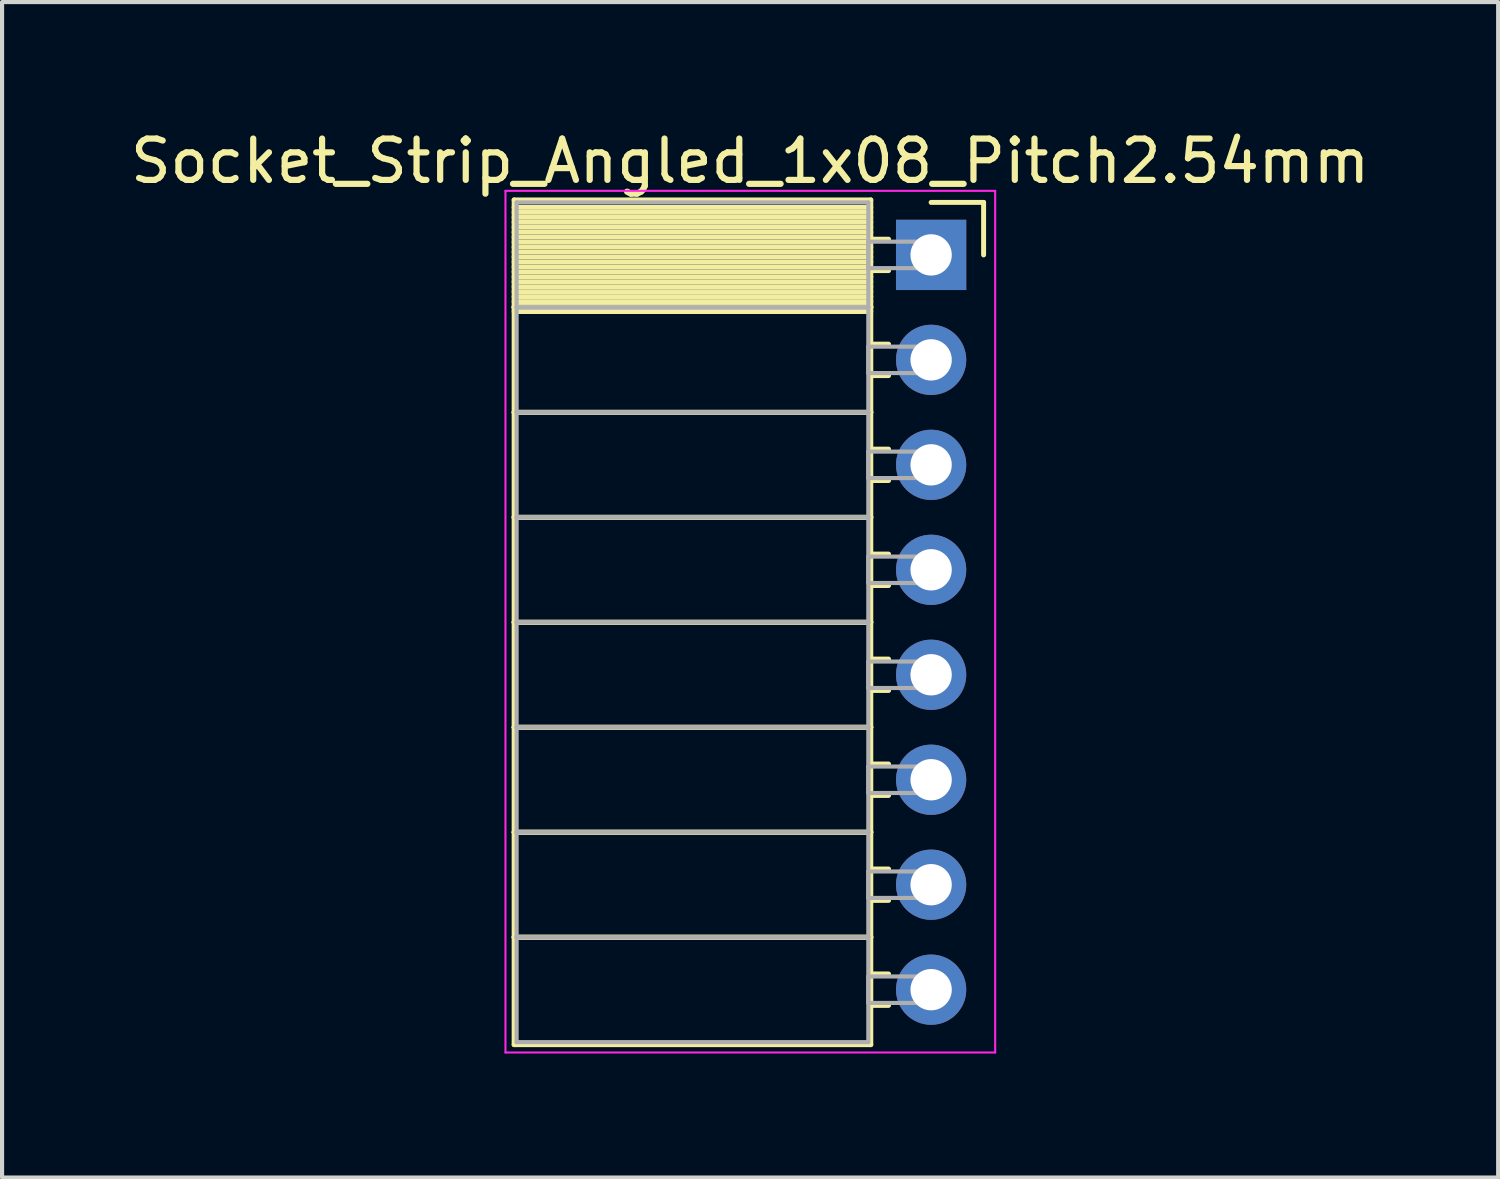
<source format=kicad_pcb>
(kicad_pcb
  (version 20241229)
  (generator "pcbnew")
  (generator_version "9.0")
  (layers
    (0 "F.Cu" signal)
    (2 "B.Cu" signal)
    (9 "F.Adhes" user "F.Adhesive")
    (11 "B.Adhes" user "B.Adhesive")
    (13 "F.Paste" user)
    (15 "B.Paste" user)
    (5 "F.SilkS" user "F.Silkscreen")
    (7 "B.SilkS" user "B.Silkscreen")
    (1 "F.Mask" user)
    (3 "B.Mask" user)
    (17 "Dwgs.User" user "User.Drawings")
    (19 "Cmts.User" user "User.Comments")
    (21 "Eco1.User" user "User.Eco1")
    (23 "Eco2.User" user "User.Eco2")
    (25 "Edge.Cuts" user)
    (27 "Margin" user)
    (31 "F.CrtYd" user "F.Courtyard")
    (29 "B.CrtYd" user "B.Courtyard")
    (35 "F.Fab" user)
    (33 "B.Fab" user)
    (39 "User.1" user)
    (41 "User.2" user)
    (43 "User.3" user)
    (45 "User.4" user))
  (footprint "Socket_Strip_Angled_1x08_Pitch2.54mm"
    (layer "F.Cu")
    (at 19.481 3.118)
    (property "Reference" "Socket_Strip_Angled_1x08_Pitch2.54mm" (at -4.38 -2.27 0) (layer "F.SilkS") (effects (font (size 1 1) (thickness 0.15))))
    (attr through_hole)
    (fp_line (start -10.09 -1.33) (end -1.46 -1.33) (stroke (width 0.12) (type solid)) (layer "F.SilkS"))
    (fp_line (start -10.09 1.27) (end -10.09 -1.33) (stroke (width 0.12) (type solid)) (layer "F.SilkS"))
    (fp_line (start -10.09 1.27) (end -1.46 1.27) (stroke (width 0.12) (type solid)) (layer "F.SilkS"))
    (fp_line (start -10.09 3.81) (end -10.09 1.27) (stroke (width 0.12) (type solid)) (layer "F.SilkS"))
    (fp_line (start -10.09 3.81) (end -1.46 3.81) (stroke (width 0.12) (type solid)) (layer "F.SilkS"))
    (fp_line (start -10.09 6.35) (end -10.09 3.81) (stroke (width 0.12) (type solid)) (layer "F.SilkS"))
    (fp_line (start -10.09 6.35) (end -1.46 6.35) (stroke (width 0.12) (type solid)) (layer "F.SilkS"))
    (fp_line (start -10.09 8.89) (end -10.09 6.35) (stroke (width 0.12) (type solid)) (layer "F.SilkS"))
    (fp_line (start -10.09 8.89) (end -1.46 8.89) (stroke (width 0.12) (type solid)) (layer "F.SilkS"))
    (fp_line (start -10.09 11.43) (end -10.09 8.89) (stroke (width 0.12) (type solid)) (layer "F.SilkS"))
    (fp_line (start -10.09 11.43) (end -1.46 11.43) (stroke (width 0.12) (type solid)) (layer "F.SilkS"))
    (fp_line (start -10.09 13.97) (end -10.09 11.43) (stroke (width 0.12) (type solid)) (layer "F.SilkS"))
    (fp_line (start -10.09 13.97) (end -1.46 13.97) (stroke (width 0.12) (type solid)) (layer "F.SilkS"))
    (fp_line (start -10.09 16.51) (end -10.09 13.97) (stroke (width 0.12) (type solid)) (layer "F.SilkS"))
    (fp_line (start -10.09 16.51) (end -1.46 16.51) (stroke (width 0.12) (type solid)) (layer "F.SilkS"))
    (fp_line (start -10.09 19.11) (end -10.09 16.51) (stroke (width 0.12) (type solid)) (layer "F.SilkS"))
    (fp_line (start -1.46 -1.33) (end -1.46 1.27) (stroke (width 0.12) (type solid)) (layer "F.SilkS"))
    (fp_line (start -1.46 -1.15) (end -10.09 -1.15) (stroke (width 0.12) (type solid)) (layer "F.SilkS"))
    (fp_line (start -1.46 -1.03) (end -10.09 -1.03) (stroke (width 0.12) (type solid)) (layer "F.SilkS"))
    (fp_line (start -1.46 -0.91) (end -10.09 -0.91) (stroke (width 0.12) (type solid)) (layer "F.SilkS"))
    (fp_line (start -1.46 -0.79) (end -10.09 -0.79) (stroke (width 0.12) (type solid)) (layer "F.SilkS"))
    (fp_line (start -1.46 -0.67) (end -10.09 -0.67) (stroke (width 0.12) (type solid)) (layer "F.SilkS"))
    (fp_line (start -1.46 -0.55) (end -10.09 -0.55) (stroke (width 0.12) (type solid)) (layer "F.SilkS"))
    (fp_line (start -1.46 -0.43) (end -10.09 -0.43) (stroke (width 0.12) (type solid)) (layer "F.SilkS"))
    (fp_line (start -1.46 -0.31) (end -10.09 -0.31) (stroke (width 0.12) (type solid)) (layer "F.SilkS"))
    (fp_line (start -1.46 -0.19) (end -10.09 -0.19) (stroke (width 0.12) (type solid)) (layer "F.SilkS"))
    (fp_line (start -1.46 -0.07) (end -10.09 -0.07) (stroke (width 0.12) (type solid)) (layer "F.SilkS"))
    (fp_line (start -1.46 0.05) (end -10.09 0.05) (stroke (width 0.12) (type solid)) (layer "F.SilkS"))
    (fp_line (start -1.46 0.17) (end -10.09 0.17) (stroke (width 0.12) (type solid)) (layer "F.SilkS"))
    (fp_line (start -1.46 0.29) (end -10.09 0.29) (stroke (width 0.12) (type solid)) (layer "F.SilkS"))
    (fp_line (start -1.46 0.41) (end -10.09 0.41) (stroke (width 0.12) (type solid)) (layer "F.SilkS"))
    (fp_line (start -1.46 0.53) (end -10.09 0.53) (stroke (width 0.12) (type solid)) (layer "F.SilkS"))
    (fp_line (start -1.46 0.65) (end -10.09 0.65) (stroke (width 0.12) (type solid)) (layer "F.SilkS"))
    (fp_line (start -1.46 0.77) (end -10.09 0.77) (stroke (width 0.12) (type solid)) (layer "F.SilkS"))
    (fp_line (start -1.46 0.89) (end -10.09 0.89) (stroke (width 0.12) (type solid)) (layer "F.SilkS"))
    (fp_line (start -1.46 1.01) (end -10.09 1.01) (stroke (width 0.12) (type solid)) (layer "F.SilkS"))
    (fp_line (start -1.46 1.13) (end -10.09 1.13) (stroke (width 0.12) (type solid)) (layer "F.SilkS"))
    (fp_line (start -1.46 1.25) (end -10.09 1.25) (stroke (width 0.12) (type solid)) (layer "F.SilkS"))
    (fp_line (start -1.46 1.27) (end -10.09 1.27) (stroke (width 0.12) (type solid)) (layer "F.SilkS"))
    (fp_line (start -1.46 1.27) (end -1.46 3.81) (stroke (width 0.12) (type solid)) (layer "F.SilkS"))
    (fp_line (start -1.46 1.37) (end -10.09 1.37) (stroke (width 0.12) (type solid)) (layer "F.SilkS"))
    (fp_line (start -1.46 3.81) (end -10.09 3.81) (stroke (width 0.12) (type solid)) (layer "F.SilkS"))
    (fp_line (start -1.46 3.81) (end -1.46 6.35) (stroke (width 0.12) (type solid)) (layer "F.SilkS"))
    (fp_line (start -1.46 6.35) (end -10.09 6.35) (stroke (width 0.12) (type solid)) (layer "F.SilkS"))
    (fp_line (start -1.46 6.35) (end -1.46 8.89) (stroke (width 0.12) (type solid)) (layer "F.SilkS"))
    (fp_line (start -1.46 8.89) (end -10.09 8.89) (stroke (width 0.12) (type solid)) (layer "F.SilkS"))
    (fp_line (start -1.46 8.89) (end -1.46 11.43) (stroke (width 0.12) (type solid)) (layer "F.SilkS"))
    (fp_line (start -1.46 11.43) (end -10.09 11.43) (stroke (width 0.12) (type solid)) (layer "F.SilkS"))
    (fp_line (start -1.46 11.43) (end -1.46 13.97) (stroke (width 0.12) (type solid)) (layer "F.SilkS"))
    (fp_line (start -1.46 13.97) (end -10.09 13.97) (stroke (width 0.12) (type solid)) (layer "F.SilkS"))
    (fp_line (start -1.46 13.97) (end -1.46 16.51) (stroke (width 0.12) (type solid)) (layer "F.SilkS"))
    (fp_line (start -1.46 16.51) (end -10.09 16.51) (stroke (width 0.12) (type solid)) (layer "F.SilkS"))
    (fp_line (start -1.46 16.51) (end -1.46 19.11) (stroke (width 0.12) (type solid)) (layer "F.SilkS"))
    (fp_line (start -1.46 19.11) (end -10.09 19.11) (stroke (width 0.12) (type solid)) (layer "F.SilkS"))
    (fp_line (start -1.03 -0.38) (end -1.46 -0.38) (stroke (width 0.12) (type solid)) (layer "F.SilkS"))
    (fp_line (start -1.03 0.38) (end -1.46 0.38) (stroke (width 0.12) (type solid)) (layer "F.SilkS"))
    (fp_line (start -1.03 2.16) (end -1.46 2.16) (stroke (width 0.12) (type solid)) (layer "F.SilkS"))
    (fp_line (start -1.03 2.92) (end -1.46 2.92) (stroke (width 0.12) (type solid)) (layer "F.SilkS"))
    (fp_line (start -1.03 4.7) (end -1.46 4.7) (stroke (width 0.12) (type solid)) (layer "F.SilkS"))
    (fp_line (start -1.03 5.46) (end -1.46 5.46) (stroke (width 0.12) (type solid)) (layer "F.SilkS"))
    (fp_line (start -1.03 7.24) (end -1.46 7.24) (stroke (width 0.12) (type solid)) (layer "F.SilkS"))
    (fp_line (start -1.03 8) (end -1.46 8) (stroke (width 0.12) (type solid)) (layer "F.SilkS"))
    (fp_line (start -1.03 9.78) (end -1.46 9.78) (stroke (width 0.12) (type solid)) (layer "F.SilkS"))
    (fp_line (start -1.03 10.54) (end -1.46 10.54) (stroke (width 0.12) (type solid)) (layer "F.SilkS"))
    (fp_line (start -1.03 12.32) (end -1.46 12.32) (stroke (width 0.12) (type solid)) (layer "F.SilkS"))
    (fp_line (start -1.03 13.08) (end -1.46 13.08) (stroke (width 0.12) (type solid)) (layer "F.SilkS"))
    (fp_line (start -1.03 14.86) (end -1.46 14.86) (stroke (width 0.12) (type solid)) (layer "F.SilkS"))
    (fp_line (start -1.03 15.62) (end -1.46 15.62) (stroke (width 0.12) (type solid)) (layer "F.SilkS"))
    (fp_line (start -1.03 17.4) (end -1.46 17.4) (stroke (width 0.12) (type solid)) (layer "F.SilkS"))
    (fp_line (start -1.03 18.16) (end -1.46 18.16) (stroke (width 0.12) (type solid)) (layer "F.SilkS"))
    (fp_line (start 0 -1.27) (end 1.27 -1.27) (stroke (width 0.12) (type solid)) (layer "F.SilkS"))
    (fp_line (start 1.27 -1.27) (end 1.27 0) (stroke (width 0.12) (type solid)) (layer "F.SilkS"))
    (fp_line (start -10.3 -1.55) (end 1.55 -1.55) (stroke (width 0.05) (type solid)) (layer "F.CrtYd"))
    (fp_line (start -10.3 19.3) (end -10.3 -1.55) (stroke (width 0.05) (type solid)) (layer "F.CrtYd"))
    (fp_line (start 1.55 -1.55) (end 1.55 19.3) (stroke (width 0.05) (type solid)) (layer "F.CrtYd"))
    (fp_line (start 1.55 19.3) (end -10.3 19.3) (stroke (width 0.05) (type solid)) (layer "F.CrtYd"))
    (fp_line (start -10.03 -1.27) (end -1.52 -1.27) (stroke (width 0.1) (type solid)) (layer "F.Fab"))
    (fp_line (start -10.03 1.27) (end -10.03 -1.27) (stroke (width 0.1) (type solid)) (layer "F.Fab"))
    (fp_line (start -10.03 1.27) (end -1.52 1.27) (stroke (width 0.1) (type solid)) (layer "F.Fab"))
    (fp_line (start -10.03 3.81) (end -10.03 1.27) (stroke (width 0.1) (type solid)) (layer "F.Fab"))
    (fp_line (start -10.03 3.81) (end -1.52 3.81) (stroke (width 0.1) (type solid)) (layer "F.Fab"))
    (fp_line (start -10.03 6.35) (end -10.03 3.81) (stroke (width 0.1) (type solid)) (layer "F.Fab"))
    (fp_line (start -10.03 6.35) (end -1.52 6.35) (stroke (width 0.1) (type solid)) (layer "F.Fab"))
    (fp_line (start -10.03 8.89) (end -10.03 6.35) (stroke (width 0.1) (type solid)) (layer "F.Fab"))
    (fp_line (start -10.03 8.89) (end -1.52 8.89) (stroke (width 0.1) (type solid)) (layer "F.Fab"))
    (fp_line (start -10.03 11.43) (end -10.03 8.89) (stroke (width 0.1) (type solid)) (layer "F.Fab"))
    (fp_line (start -10.03 11.43) (end -1.52 11.43) (stroke (width 0.1) (type solid)) (layer "F.Fab"))
    (fp_line (start -10.03 13.97) (end -10.03 11.43) (stroke (width 0.1) (type solid)) (layer "F.Fab"))
    (fp_line (start -10.03 13.97) (end -1.52 13.97) (stroke (width 0.1) (type solid)) (layer "F.Fab"))
    (fp_line (start -10.03 16.51) (end -10.03 13.97) (stroke (width 0.1) (type solid)) (layer "F.Fab"))
    (fp_line (start -10.03 16.51) (end -1.52 16.51) (stroke (width 0.1) (type solid)) (layer "F.Fab"))
    (fp_line (start -10.03 19.05) (end -10.03 16.51) (stroke (width 0.1) (type solid)) (layer "F.Fab"))
    (fp_line (start -1.52 -1.27) (end -1.52 1.27) (stroke (width 0.1) (type solid)) (layer "F.Fab"))
    (fp_line (start -1.52 -0.32) (end 0 -0.32) (stroke (width 0.1) (type solid)) (layer "F.Fab"))
    (fp_line (start -1.52 0.32) (end -1.52 -0.32) (stroke (width 0.1) (type solid)) (layer "F.Fab"))
    (fp_line (start -1.52 1.27) (end -10.03 1.27) (stroke (width 0.1) (type solid)) (layer "F.Fab"))
    (fp_line (start -1.52 1.27) (end -1.52 3.81) (stroke (width 0.1) (type solid)) (layer "F.Fab"))
    (fp_line (start -1.52 2.22) (end 0 2.22) (stroke (width 0.1) (type solid)) (layer "F.Fab"))
    (fp_line (start -1.52 2.86) (end -1.52 2.22) (stroke (width 0.1) (type solid)) (layer "F.Fab"))
    (fp_line (start -1.52 3.81) (end -10.03 3.81) (stroke (width 0.1) (type solid)) (layer "F.Fab"))
    (fp_line (start -1.52 3.81) (end -1.52 6.35) (stroke (width 0.1) (type solid)) (layer "F.Fab"))
    (fp_line (start -1.52 4.76) (end 0 4.76) (stroke (width 0.1) (type solid)) (layer "F.Fab"))
    (fp_line (start -1.52 5.4) (end -1.52 4.76) (stroke (width 0.1) (type solid)) (layer "F.Fab"))
    (fp_line (start -1.52 6.35) (end -10.03 6.35) (stroke (width 0.1) (type solid)) (layer "F.Fab"))
    (fp_line (start -1.52 6.35) (end -1.52 8.89) (stroke (width 0.1) (type solid)) (layer "F.Fab"))
    (fp_line (start -1.52 7.3) (end 0 7.3) (stroke (width 0.1) (type solid)) (layer "F.Fab"))
    (fp_line (start -1.52 7.94) (end -1.52 7.3) (stroke (width 0.1) (type solid)) (layer "F.Fab"))
    (fp_line (start -1.52 8.89) (end -10.03 8.89) (stroke (width 0.1) (type solid)) (layer "F.Fab"))
    (fp_line (start -1.52 8.89) (end -1.52 11.43) (stroke (width 0.1) (type solid)) (layer "F.Fab"))
    (fp_line (start -1.52 9.84) (end 0 9.84) (stroke (width 0.1) (type solid)) (layer "F.Fab"))
    (fp_line (start -1.52 10.48) (end -1.52 9.84) (stroke (width 0.1) (type solid)) (layer "F.Fab"))
    (fp_line (start -1.52 11.43) (end -10.03 11.43) (stroke (width 0.1) (type solid)) (layer "F.Fab"))
    (fp_line (start -1.52 11.43) (end -1.52 13.97) (stroke (width 0.1) (type solid)) (layer "F.Fab"))
    (fp_line (start -1.52 12.38) (end 0 12.38) (stroke (width 0.1) (type solid)) (layer "F.Fab"))
    (fp_line (start -1.52 13.02) (end -1.52 12.38) (stroke (width 0.1) (type solid)) (layer "F.Fab"))
    (fp_line (start -1.52 13.97) (end -10.03 13.97) (stroke (width 0.1) (type solid)) (layer "F.Fab"))
    (fp_line (start -1.52 13.97) (end -1.52 16.51) (stroke (width 0.1) (type solid)) (layer "F.Fab"))
    (fp_line (start -1.52 14.92) (end 0 14.92) (stroke (width 0.1) (type solid)) (layer "F.Fab"))
    (fp_line (start -1.52 15.56) (end -1.52 14.92) (stroke (width 0.1) (type solid)) (layer "F.Fab"))
    (fp_line (start -1.52 16.51) (end -10.03 16.51) (stroke (width 0.1) (type solid)) (layer "F.Fab"))
    (fp_line (start -1.52 16.51) (end -1.52 19.05) (stroke (width 0.1) (type solid)) (layer "F.Fab"))
    (fp_line (start -1.52 17.46) (end 0 17.46) (stroke (width 0.1) (type solid)) (layer "F.Fab"))
    (fp_line (start -1.52 18.1) (end -1.52 17.46) (stroke (width 0.1) (type solid)) (layer "F.Fab"))
    (fp_line (start -1.52 19.05) (end -10.03 19.05) (stroke (width 0.1) (type solid)) (layer "F.Fab"))
    (fp_line (start 0 -0.32) (end 0 0.32) (stroke (width 0.1) (type solid)) (layer "F.Fab"))
    (fp_line (start 0 0.32) (end -1.52 0.32) (stroke (width 0.1) (type solid)) (layer "F.Fab"))
    (fp_line (start 0 2.22) (end 0 2.86) (stroke (width 0.1) (type solid)) (layer "F.Fab"))
    (fp_line (start 0 2.86) (end -1.52 2.86) (stroke (width 0.1) (type solid)) (layer "F.Fab"))
    (fp_line (start 0 4.76) (end 0 5.4) (stroke (width 0.1) (type solid)) (layer "F.Fab"))
    (fp_line (start 0 5.4) (end -1.52 5.4) (stroke (width 0.1) (type solid)) (layer "F.Fab"))
    (fp_line (start 0 7.3) (end 0 7.94) (stroke (width 0.1) (type solid)) (layer "F.Fab"))
    (fp_line (start 0 7.94) (end -1.52 7.94) (stroke (width 0.1) (type solid)) (layer "F.Fab"))
    (fp_line (start 0 9.84) (end 0 10.48) (stroke (width 0.1) (type solid)) (layer "F.Fab"))
    (fp_line (start 0 10.48) (end -1.52 10.48) (stroke (width 0.1) (type solid)) (layer "F.Fab"))
    (fp_line (start 0 12.38) (end 0 13.02) (stroke (width 0.1) (type solid)) (layer "F.Fab"))
    (fp_line (start 0 13.02) (end -1.52 13.02) (stroke (width 0.1) (type solid)) (layer "F.Fab"))
    (fp_line (start 0 14.92) (end 0 15.56) (stroke (width 0.1) (type solid)) (layer "F.Fab"))
    (fp_line (start 0 15.56) (end -1.52 15.56) (stroke (width 0.1) (type solid)) (layer "F.Fab"))
    (fp_line (start 0 17.46) (end 0 18.1) (stroke (width 0.1) (type solid)) (layer "F.Fab"))
    (fp_line (start 0 18.1) (end -1.52 18.1) (stroke (width 0.1) (type solid)) (layer "F.Fab"))
    (pad "1" thru_hole rect (at 0 0) (size 1.7 1.7) (drill 1) (layers "*.Cu" "*.Mask"))
    (pad "2" thru_hole oval (at 0 2.54) (size 1.7 1.7) (drill 1) (layers "*.Cu" "*.Mask"))
    (pad "3" thru_hole oval (at 0 5.08) (size 1.7 1.7) (drill 1) (layers "*.Cu" "*.Mask"))
    (pad "4" thru_hole oval (at 0 7.62) (size 1.7 1.7) (drill 1) (layers "*.Cu" "*.Mask"))
    (pad "5" thru_hole oval (at 0 10.16) (size 1.7 1.7) (drill 1) (layers "*.Cu" "*.Mask"))
    (pad "6" thru_hole oval (at 0 12.7) (size 1.7 1.7) (drill 1) (layers "*.Cu" "*.Mask"))
    (pad "7" thru_hole oval (at 0 15.24) (size 1.7 1.7) (drill 1) (layers "*.Cu" "*.Mask"))
    (pad "8" thru_hole oval (at 0 17.78) (size 1.7 1.7) (drill 1) (layers "*.Cu" "*.Mask")))
  (gr_rect
    (start -3 -3)
    (end 33.202 25.443)
    (stroke (width 0.1) (type default))
    (fill no)
    (layer "Edge.Cuts")))
</source>
